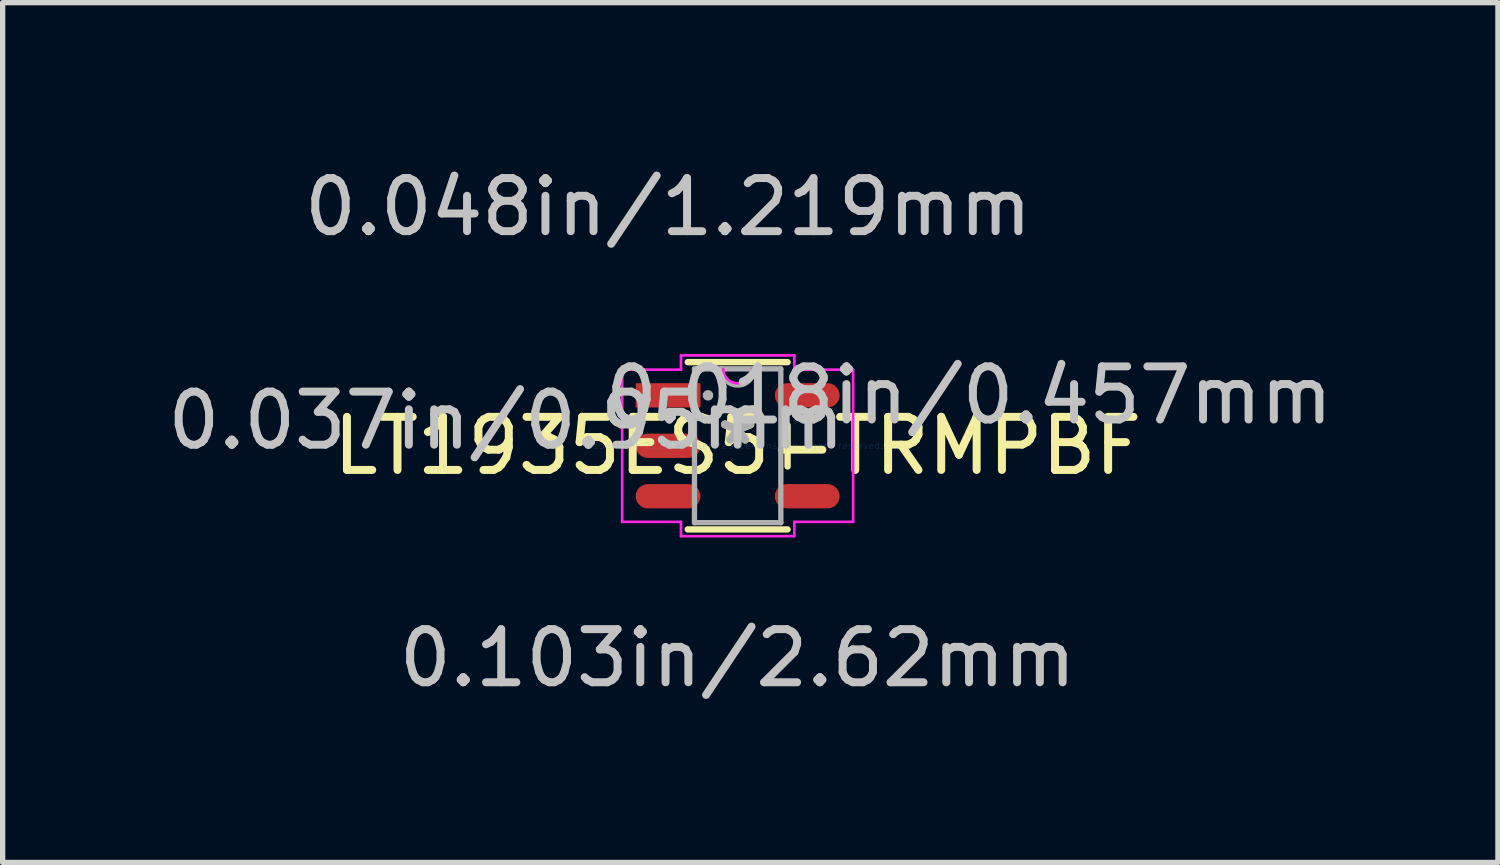
<source format=kicad_pcb>
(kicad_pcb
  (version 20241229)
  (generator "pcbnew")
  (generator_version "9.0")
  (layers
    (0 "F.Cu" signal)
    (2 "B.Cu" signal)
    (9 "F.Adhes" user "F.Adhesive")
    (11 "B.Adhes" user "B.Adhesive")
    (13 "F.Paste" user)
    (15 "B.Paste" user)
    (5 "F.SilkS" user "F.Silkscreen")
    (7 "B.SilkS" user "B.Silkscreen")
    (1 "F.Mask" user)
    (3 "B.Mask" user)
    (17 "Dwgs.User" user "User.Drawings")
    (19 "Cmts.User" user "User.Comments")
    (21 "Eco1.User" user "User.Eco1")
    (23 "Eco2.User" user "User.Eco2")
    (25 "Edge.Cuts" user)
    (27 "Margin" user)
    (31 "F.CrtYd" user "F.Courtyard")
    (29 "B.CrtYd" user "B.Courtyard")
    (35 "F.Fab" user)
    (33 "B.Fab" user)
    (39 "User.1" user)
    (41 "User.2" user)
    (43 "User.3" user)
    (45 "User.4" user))
  (footprint "LT1935ES5-TRMPBF"
    (layer "F.Cu")
    (at 10.84 5.344)
    (property "Reference" "LT1935ES5-TRMPBF" (at 0 0 0) (layer "F.SilkS") (effects (font (size 1 1) (thickness 0.15))))
    (attr through_hole)
    (fp_line (start -0.94 1.575) (end 0.94 1.575) (stroke (width 0.12) (type solid)) (layer "F.SilkS"))
    (fp_line (start 0.94 -1.575) (end -0.94 -1.575) (stroke (width 0.12) (type solid)) (layer "F.SilkS"))
    (fp_line (start 0.94 0.389) (end 0.94 -0.389) (stroke (width 0.12) (type solid)) (layer "F.SilkS"))
    (fp_line (start -2.174 -1.433) (end -1.067 -1.433) (stroke (width 0.05) (type solid)) (layer "F.CrtYd"))
    (fp_line (start -2.174 1.433) (end -2.174 -1.433) (stroke (width 0.05) (type solid)) (layer "F.CrtYd"))
    (fp_line (start -1.067 -1.702) (end 1.067 -1.702) (stroke (width 0.05) (type solid)) (layer "F.CrtYd"))
    (fp_line (start -1.067 -1.433) (end -1.067 -1.702) (stroke (width 0.05) (type solid)) (layer "F.CrtYd"))
    (fp_line (start -1.067 1.433) (end -2.174 1.433) (stroke (width 0.05) (type solid)) (layer "F.CrtYd"))
    (fp_line (start -1.067 1.702) (end -1.067 1.433) (stroke (width 0.05) (type solid)) (layer "F.CrtYd"))
    (fp_line (start 1.067 -1.702) (end 1.067 -1.433) (stroke (width 0.05) (type solid)) (layer "F.CrtYd"))
    (fp_line (start 1.067 -1.433) (end 2.174 -1.433) (stroke (width 0.05) (type solid)) (layer "F.CrtYd"))
    (fp_line (start 1.067 1.433) (end 1.067 1.702) (stroke (width 0.05) (type solid)) (layer "F.CrtYd"))
    (fp_line (start 1.067 1.702) (end -1.067 1.702) (stroke (width 0.05) (type solid)) (layer "F.CrtYd"))
    (fp_line (start 2.174 -1.433) (end 2.174 1.433) (stroke (width 0.05) (type solid)) (layer "F.CrtYd"))
    (fp_line (start 2.174 1.433) (end 1.067 1.433) (stroke (width 0.05) (type solid)) (layer "F.CrtYd"))
    (fp_arc (start 0.270933 -1.4478) (mid 0 -1.176867) (end -0.270933 -1.4478) (stroke (width 0.05) (type solid)) (layer "F.CrtYd"))
    (fp_line (start -0.813 -1.448) (end -0.813 1.448) (stroke (width 0.1) (type solid)) (layer "F.Fab"))
    (fp_line (start -0.813 1.448) (end 0.813 1.448) (stroke (width 0.1) (type solid)) (layer "F.Fab"))
    (fp_line (start 0.813 -1.448) (end -0.813 -1.448) (stroke (width 0.1) (type solid)) (layer "F.Fab"))
    (fp_line (start 0.813 1.448) (end 0.813 -1.448) (stroke (width 0.1) (type solid)) (layer "F.Fab"))
    (fp_arc (start 0.3048 -1.4478) (mid 0 -1.143) (end -0.3048 -1.4478) (stroke (width 0.1) (type solid)) (layer "F.Fab"))
    (fp_circle (center -0.559 -0.95) (end -0.559 -0.95) (stroke (width 0.1) (type solid)) (fill no) (layer "F.Fab"))
    (fp_text user "*" (at 0 0 0) (layer "F.SilkS") (effects (font (size 1 1) (thickness 0.15))))
    (fp_text user "0.103in/2.62mm" (at 0 3.998 0) (layer "Dwgs.User") (effects (font (size 1 1) (thickness 0.15))))
    (fp_text user "0.048in/1.219mm" (at -1.31 -4.496 0) (layer "Dwgs.User") (effects (font (size 1 1) (thickness 0.15))))
    (fp_text user "0.018in/0.457mm" (at 4.358 -0.95 0) (layer "Dwgs.User") (effects (font (size 1 1) (thickness 0.15))))
    (fp_text user "0.037in/0.95mm" (at -4.358 -0.475 0) (layer "Dwgs.User") (effects (font (size 1 1) (thickness 0.15))))
    (fp_text user "Copyright 2021 Accelerated Designs. All rights reserved." (at 0 0 0) (layer "Cmts.User") (effects (font (size 0.127 0.127) (thickness 0.002))))
    (fp_text user "*" (at 0 0 0) (layer "F.Fab") (effects (font (size 1 1) (thickness 0.15))))
    (pad "1" smd rect (at -1.31 -0.95) (size 1.219 0.457) (layers "F.Cu" "F.Mask" "F.Paste"))
    (pad "2" smd oval (at -1.31 0) (size 1.219 0.457) (layers "F.Cu" "F.Mask" "F.Paste"))
    (pad "3" smd oval (at -1.31 0.95) (size 1.219 0.457) (layers "F.Cu" "F.Mask" "F.Paste"))
    (pad "4" smd oval (at 1.31 0.95) (size 1.219 0.457) (layers "F.Cu" "F.Mask" "F.Paste"))
    (pad "5" smd oval (at 1.31 -0.95) (size 1.219 0.457) (layers "F.Cu" "F.Mask" "F.Paste")))
  (gr_rect
    (start -3 -3)
    (end 25.156 13.19)
    (stroke (width 0.1) (type default))
    (fill no)
    (layer "Edge.Cuts")))
</source>
